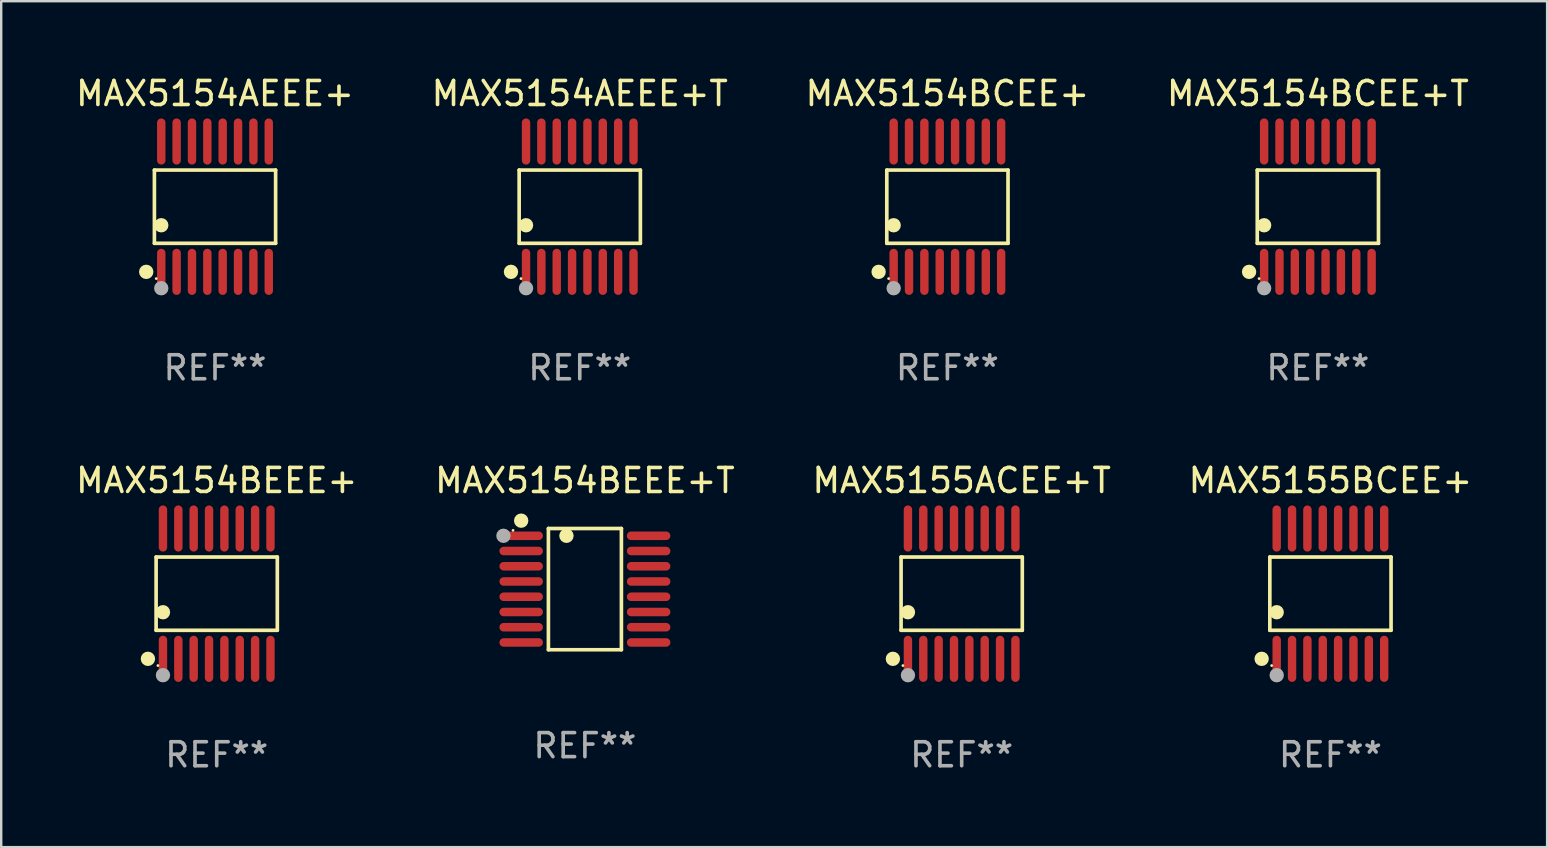
<source format=kicad_pcb>
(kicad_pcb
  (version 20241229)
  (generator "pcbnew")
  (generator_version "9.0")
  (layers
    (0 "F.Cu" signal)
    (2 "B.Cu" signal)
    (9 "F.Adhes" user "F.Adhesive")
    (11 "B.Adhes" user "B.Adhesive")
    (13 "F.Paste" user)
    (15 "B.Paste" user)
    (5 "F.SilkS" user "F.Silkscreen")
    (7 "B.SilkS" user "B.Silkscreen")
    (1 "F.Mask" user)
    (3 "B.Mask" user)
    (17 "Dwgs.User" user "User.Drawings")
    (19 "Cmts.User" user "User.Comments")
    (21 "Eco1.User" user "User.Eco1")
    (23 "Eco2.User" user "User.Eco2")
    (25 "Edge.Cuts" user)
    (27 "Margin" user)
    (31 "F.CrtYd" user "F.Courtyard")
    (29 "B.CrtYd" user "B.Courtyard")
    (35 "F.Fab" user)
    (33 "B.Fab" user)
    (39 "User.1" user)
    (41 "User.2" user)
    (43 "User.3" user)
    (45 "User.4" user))
  (footprint "MAX5154BCEE+"
    (layer "F.Cu")
    (at 36.435 5.564)
    (property "Reference" "MAX5154BCEE+" (at 0 -4.716 0) (layer "F.SilkS") (effects (font (size 1 1) (thickness 0.15))))
    (attr through_hole)
    (fp_line (start -2.526 -1.526) (end 2.526 -1.526) (stroke (width 0.152) (type solid)) (layer "F.SilkS"))
    (fp_line (start -2.526 1.526) (end -2.526 -1.526) (stroke (width 0.152) (type solid)) (layer "F.SilkS"))
    (fp_line (start 2.526 -1.526) (end 2.526 1.526) (stroke (width 0.152) (type solid)) (layer "F.SilkS"))
    (fp_line (start 2.526 1.526) (end -2.526 1.526) (stroke (width 0.152) (type solid)) (layer "F.SilkS"))
    (fp_circle (center -2.867 2.716) (end -2.717 2.716) (stroke (width 0.3) (type solid)) (fill no) (layer "F.SilkS"))
    (fp_circle (center -2.45 2.997) (end -2.42 2.997) (stroke (width 0.06) (type solid)) (fill no) (layer "F.SilkS"))
    (fp_circle (center -2.24 0.774) (end -2.09 0.774) (stroke (width 0.3) (type solid)) (fill no) (layer "F.SilkS"))
    (fp_circle (center -2.24 3.398) (end -2.09 3.398) (stroke (width 0.3) (type solid)) (fill no) (layer "F.Fab"))
    (fp_text user "REF**" (at 0 6.716 0) (layer "F.Fab") (effects (font (size 1 1) (thickness 0.15))))
    (pad "1" smd oval (at -2.24 2.716) (size 0.35 1.922) (layers "F.Cu" "F.Mask" "F.Paste"))
    (pad "2" smd oval (at -1.6 2.716) (size 0.35 1.922) (layers "F.Cu" "F.Mask" "F.Paste"))
    (pad "3" smd oval (at -0.96 2.716) (size 0.35 1.922) (layers "F.Cu" "F.Mask" "F.Paste"))
    (pad "4" smd oval (at -0.32 2.716) (size 0.35 1.922) (layers "F.Cu" "F.Mask" "F.Paste"))
    (pad "5" smd oval (at 0.32 2.716) (size 0.35 1.922) (layers "F.Cu" "F.Mask" "F.Paste"))
    (pad "6" smd oval (at 0.96 2.716) (size 0.35 1.922) (layers "F.Cu" "F.Mask" "F.Paste"))
    (pad "7" smd oval (at 1.6 2.716) (size 0.35 1.922) (layers "F.Cu" "F.Mask" "F.Paste"))
    (pad "8" smd oval (at 2.24 2.716) (size 0.35 1.922) (layers "F.Cu" "F.Mask" "F.Paste"))
    (pad "9" smd oval (at 2.24 -2.716) (size 0.35 1.922) (layers "F.Cu" "F.Mask" "F.Paste"))
    (pad "10" smd oval (at 1.6 -2.716) (size 0.35 1.922) (layers "F.Cu" "F.Mask" "F.Paste"))
    (pad "11" smd oval (at 0.96 -2.716) (size 0.35 1.922) (layers "F.Cu" "F.Mask" "F.Paste"))
    (pad "12" smd oval (at 0.32 -2.716) (size 0.35 1.922) (layers "F.Cu" "F.Mask" "F.Paste"))
    (pad "13" smd oval (at -0.32 -2.716) (size 0.35 1.922) (layers "F.Cu" "F.Mask" "F.Paste"))
    (pad "14" smd oval (at -0.96 -2.716) (size 0.35 1.922) (layers "F.Cu" "F.Mask" "F.Paste"))
    (pad "15" smd oval (at -1.6 -2.716) (size 0.35 1.922) (layers "F.Cu" "F.Mask" "F.Paste"))
    (pad "16" smd oval (at -2.24 -2.716) (size 0.35 1.922) (layers "F.Cu" "F.Mask" "F.Paste")))
  (footprint "MAX5154AEEE+T"
    (layer "F.Cu")
    (at 21.113 5.564)
    (property "Reference" "MAX5154AEEE+T" (at 0 -4.716 0) (layer "F.SilkS") (effects (font (size 1 1) (thickness 0.15))))
    (attr through_hole)
    (fp_line (start -2.526 -1.526) (end 2.526 -1.526) (stroke (width 0.152) (type solid)) (layer "F.SilkS"))
    (fp_line (start -2.526 1.526) (end -2.526 -1.526) (stroke (width 0.152) (type solid)) (layer "F.SilkS"))
    (fp_line (start 2.526 -1.526) (end 2.526 1.526) (stroke (width 0.152) (type solid)) (layer "F.SilkS"))
    (fp_line (start 2.526 1.526) (end -2.526 1.526) (stroke (width 0.152) (type solid)) (layer "F.SilkS"))
    (fp_circle (center -2.867 2.716) (end -2.717 2.716) (stroke (width 0.3) (type solid)) (fill no) (layer "F.SilkS"))
    (fp_circle (center -2.45 2.997) (end -2.42 2.997) (stroke (width 0.06) (type solid)) (fill no) (layer "F.SilkS"))
    (fp_circle (center -2.24 0.774) (end -2.09 0.774) (stroke (width 0.3) (type solid)) (fill no) (layer "F.SilkS"))
    (fp_circle (center -2.24 3.398) (end -2.09 3.398) (stroke (width 0.3) (type solid)) (fill no) (layer "F.Fab"))
    (fp_text user "REF**" (at 0 6.716 0) (layer "F.Fab") (effects (font (size 1 1) (thickness 0.15))))
    (pad "1" smd oval (at -2.24 2.716) (size 0.35 1.922) (layers "F.Cu" "F.Mask" "F.Paste"))
    (pad "2" smd oval (at -1.6 2.716) (size 0.35 1.922) (layers "F.Cu" "F.Mask" "F.Paste"))
    (pad "3" smd oval (at -0.96 2.716) (size 0.35 1.922) (layers "F.Cu" "F.Mask" "F.Paste"))
    (pad "4" smd oval (at -0.32 2.716) (size 0.35 1.922) (layers "F.Cu" "F.Mask" "F.Paste"))
    (pad "5" smd oval (at 0.32 2.716) (size 0.35 1.922) (layers "F.Cu" "F.Mask" "F.Paste"))
    (pad "6" smd oval (at 0.96 2.716) (size 0.35 1.922) (layers "F.Cu" "F.Mask" "F.Paste"))
    (pad "7" smd oval (at 1.6 2.716) (size 0.35 1.922) (layers "F.Cu" "F.Mask" "F.Paste"))
    (pad "8" smd oval (at 2.24 2.716) (size 0.35 1.922) (layers "F.Cu" "F.Mask" "F.Paste"))
    (pad "9" smd oval (at 2.24 -2.716) (size 0.35 1.922) (layers "F.Cu" "F.Mask" "F.Paste"))
    (pad "10" smd oval (at 1.6 -2.716) (size 0.35 1.922) (layers "F.Cu" "F.Mask" "F.Paste"))
    (pad "11" smd oval (at 0.96 -2.716) (size 0.35 1.922) (layers "F.Cu" "F.Mask" "F.Paste"))
    (pad "12" smd oval (at 0.32 -2.716) (size 0.35 1.922) (layers "F.Cu" "F.Mask" "F.Paste"))
    (pad "13" smd oval (at -0.32 -2.716) (size 0.35 1.922) (layers "F.Cu" "F.Mask" "F.Paste"))
    (pad "14" smd oval (at -0.96 -2.716) (size 0.35 1.922) (layers "F.Cu" "F.Mask" "F.Paste"))
    (pad "15" smd oval (at -1.6 -2.716) (size 0.35 1.922) (layers "F.Cu" "F.Mask" "F.Paste"))
    (pad "16" smd oval (at -2.24 -2.716) (size 0.35 1.922) (layers "F.Cu" "F.Mask" "F.Paste")))
  (footprint "MAX5154BEEE+T"
    (layer "F.Cu")
    (at 21.327 21.503)
    (property "Reference" "MAX5154BEEE+T" (at 0 -4.526 0) (layer "F.SilkS") (effects (font (size 1 1) (thickness 0.15))))
    (attr through_hole)
    (fp_line (start -1.521 -2.526) (end 1.521 -2.526) (stroke (width 0.152) (type solid)) (layer "F.SilkS"))
    (fp_line (start -1.521 2.526) (end -1.521 -2.526) (stroke (width 0.152) (type solid)) (layer "F.SilkS"))
    (fp_line (start 1.521 -2.526) (end 1.521 2.526) (stroke (width 0.152) (type solid)) (layer "F.SilkS"))
    (fp_line (start 1.521 2.526) (end -1.521 2.526) (stroke (width 0.152) (type solid)) (layer "F.SilkS"))
    (fp_circle (center -2.995 -2.45) (end -2.965 -2.45) (stroke (width 0.06) (type solid)) (fill no) (layer "F.SilkS"))
    (fp_circle (center -2.656 -2.853) (end -2.506 -2.853) (stroke (width 0.3) (type solid)) (fill no) (layer "F.SilkS"))
    (fp_circle (center -0.769 -2.223) (end -0.619 -2.223) (stroke (width 0.3) (type solid)) (fill no) (layer "F.SilkS"))
    (fp_circle (center -3.395 -2.223) (end -3.245 -2.223) (stroke (width 0.3) (type solid)) (fill no) (layer "F.Fab"))
    (fp_text user "REF**" (at 0 6.526 0) (layer "F.Fab") (effects (font (size 1 1) (thickness 0.15))))
    (pad "1" smd oval (at -2.656 -2.223 270) (size 0.356 1.813) (layers "F.Cu" "F.Mask" "F.Paste"))
    (pad "2" smd oval (at -2.656 -1.588 270) (size 0.356 1.813) (layers "F.Cu" "F.Mask" "F.Paste"))
    (pad "3" smd oval (at -2.656 -0.953 270) (size 0.356 1.813) (layers "F.Cu" "F.Mask" "F.Paste"))
    (pad "4" smd oval (at -2.656 -0.318 270) (size 0.356 1.813) (layers "F.Cu" "F.Mask" "F.Paste"))
    (pad "5" smd oval (at -2.656 0.318 270) (size 0.356 1.813) (layers "F.Cu" "F.Mask" "F.Paste"))
    (pad "6" smd oval (at -2.656 0.953 270) (size 0.356 1.813) (layers "F.Cu" "F.Mask" "F.Paste"))
    (pad "7" smd oval (at -2.656 1.588 270) (size 0.356 1.813) (layers "F.Cu" "F.Mask" "F.Paste"))
    (pad "8" smd oval (at -2.656 2.223 270) (size 0.356 1.813) (layers "F.Cu" "F.Mask" "F.Paste"))
    (pad "9" smd oval (at 2.656 2.223 270) (size 0.356 1.813) (layers "F.Cu" "F.Mask" "F.Paste"))
    (pad "10" smd oval (at 2.656 1.588 270) (size 0.356 1.813) (layers "F.Cu" "F.Mask" "F.Paste"))
    (pad "11" smd oval (at 2.656 0.953 270) (size 0.356 1.813) (layers "F.Cu" "F.Mask" "F.Paste"))
    (pad "12" smd oval (at 2.656 0.318 270) (size 0.356 1.813) (layers "F.Cu" "F.Mask" "F.Paste"))
    (pad "13" smd oval (at 2.656 -0.318 270) (size 0.356 1.813) (layers "F.Cu" "F.Mask" "F.Paste"))
    (pad "14" smd oval (at 2.656 -0.953 270) (size 0.356 1.813) (layers "F.Cu" "F.Mask" "F.Paste"))
    (pad "15" smd oval (at 2.656 -1.588 270) (size 0.356 1.813) (layers "F.Cu" "F.Mask" "F.Paste"))
    (pad "16" smd oval (at 2.656 -2.223 270) (size 0.356 1.813) (layers "F.Cu" "F.Mask" "F.Paste")))
  (footprint "MAX5154AEEE+"
    (layer "F.Cu")
    (at 5.911 5.564)
    (property "Reference" "MAX5154AEEE+" (at 0 -4.716 0) (layer "F.SilkS") (effects (font (size 1 1) (thickness 0.15))))
    (attr through_hole)
    (fp_line (start -2.526 -1.526) (end 2.526 -1.526) (stroke (width 0.152) (type solid)) (layer "F.SilkS"))
    (fp_line (start -2.526 1.526) (end -2.526 -1.526) (stroke (width 0.152) (type solid)) (layer "F.SilkS"))
    (fp_line (start 2.526 -1.526) (end 2.526 1.526) (stroke (width 0.152) (type solid)) (layer "F.SilkS"))
    (fp_line (start 2.526 1.526) (end -2.526 1.526) (stroke (width 0.152) (type solid)) (layer "F.SilkS"))
    (fp_circle (center -2.867 2.716) (end -2.717 2.716) (stroke (width 0.3) (type solid)) (fill no) (layer "F.SilkS"))
    (fp_circle (center -2.45 2.997) (end -2.42 2.997) (stroke (width 0.06) (type solid)) (fill no) (layer "F.SilkS"))
    (fp_circle (center -2.24 0.774) (end -2.09 0.774) (stroke (width 0.3) (type solid)) (fill no) (layer "F.SilkS"))
    (fp_circle (center -2.24 3.398) (end -2.09 3.398) (stroke (width 0.3) (type solid)) (fill no) (layer "F.Fab"))
    (fp_text user "REF**" (at 0 6.716 0) (layer "F.Fab") (effects (font (size 1 1) (thickness 0.15))))
    (pad "1" smd oval (at -2.24 2.716) (size 0.35 1.922) (layers "F.Cu" "F.Mask" "F.Paste"))
    (pad "2" smd oval (at -1.6 2.716) (size 0.35 1.922) (layers "F.Cu" "F.Mask" "F.Paste"))
    (pad "3" smd oval (at -0.96 2.716) (size 0.35 1.922) (layers "F.Cu" "F.Mask" "F.Paste"))
    (pad "4" smd oval (at -0.32 2.716) (size 0.35 1.922) (layers "F.Cu" "F.Mask" "F.Paste"))
    (pad "5" smd oval (at 0.32 2.716) (size 0.35 1.922) (layers "F.Cu" "F.Mask" "F.Paste"))
    (pad "6" smd oval (at 0.96 2.716) (size 0.35 1.922) (layers "F.Cu" "F.Mask" "F.Paste"))
    (pad "7" smd oval (at 1.6 2.716) (size 0.35 1.922) (layers "F.Cu" "F.Mask" "F.Paste"))
    (pad "8" smd oval (at 2.24 2.716) (size 0.35 1.922) (layers "F.Cu" "F.Mask" "F.Paste"))
    (pad "9" smd oval (at 2.24 -2.716) (size 0.35 1.922) (layers "F.Cu" "F.Mask" "F.Paste"))
    (pad "10" smd oval (at 1.6 -2.716) (size 0.35 1.922) (layers "F.Cu" "F.Mask" "F.Paste"))
    (pad "11" smd oval (at 0.96 -2.716) (size 0.35 1.922) (layers "F.Cu" "F.Mask" "F.Paste"))
    (pad "12" smd oval (at 0.32 -2.716) (size 0.35 1.922) (layers "F.Cu" "F.Mask" "F.Paste"))
    (pad "13" smd oval (at -0.32 -2.716) (size 0.35 1.922) (layers "F.Cu" "F.Mask" "F.Paste"))
    (pad "14" smd oval (at -0.96 -2.716) (size 0.35 1.922) (layers "F.Cu" "F.Mask" "F.Paste"))
    (pad "15" smd oval (at -1.6 -2.716) (size 0.35 1.922) (layers "F.Cu" "F.Mask" "F.Paste"))
    (pad "16" smd oval (at -2.24 -2.716) (size 0.35 1.922) (layers "F.Cu" "F.Mask" "F.Paste")))
  (footprint "MAX5154BCEE+T"
    (layer "F.Cu")
    (at 51.875 5.564)
    (property "Reference" "MAX5154BCEE+T" (at 0 -4.716 0) (layer "F.SilkS") (effects (font (size 1 1) (thickness 0.15))))
    (attr through_hole)
    (fp_line (start -2.526 -1.526) (end 2.526 -1.526) (stroke (width 0.152) (type solid)) (layer "F.SilkS"))
    (fp_line (start -2.526 1.526) (end -2.526 -1.526) (stroke (width 0.152) (type solid)) (layer "F.SilkS"))
    (fp_line (start 2.526 -1.526) (end 2.526 1.526) (stroke (width 0.152) (type solid)) (layer "F.SilkS"))
    (fp_line (start 2.526 1.526) (end -2.526 1.526) (stroke (width 0.152) (type solid)) (layer "F.SilkS"))
    (fp_circle (center -2.867 2.716) (end -2.717 2.716) (stroke (width 0.3) (type solid)) (fill no) (layer "F.SilkS"))
    (fp_circle (center -2.45 2.997) (end -2.42 2.997) (stroke (width 0.06) (type solid)) (fill no) (layer "F.SilkS"))
    (fp_circle (center -2.24 0.774) (end -2.09 0.774) (stroke (width 0.3) (type solid)) (fill no) (layer "F.SilkS"))
    (fp_circle (center -2.24 3.398) (end -2.09 3.398) (stroke (width 0.3) (type solid)) (fill no) (layer "F.Fab"))
    (fp_text user "REF**" (at 0 6.716 0) (layer "F.Fab") (effects (font (size 1 1) (thickness 0.15))))
    (pad "1" smd oval (at -2.24 2.716) (size 0.35 1.922) (layers "F.Cu" "F.Mask" "F.Paste"))
    (pad "2" smd oval (at -1.6 2.716) (size 0.35 1.922) (layers "F.Cu" "F.Mask" "F.Paste"))
    (pad "3" smd oval (at -0.96 2.716) (size 0.35 1.922) (layers "F.Cu" "F.Mask" "F.Paste"))
    (pad "4" smd oval (at -0.32 2.716) (size 0.35 1.922) (layers "F.Cu" "F.Mask" "F.Paste"))
    (pad "5" smd oval (at 0.32 2.716) (size 0.35 1.922) (layers "F.Cu" "F.Mask" "F.Paste"))
    (pad "6" smd oval (at 0.96 2.716) (size 0.35 1.922) (layers "F.Cu" "F.Mask" "F.Paste"))
    (pad "7" smd oval (at 1.6 2.716) (size 0.35 1.922) (layers "F.Cu" "F.Mask" "F.Paste"))
    (pad "8" smd oval (at 2.24 2.716) (size 0.35 1.922) (layers "F.Cu" "F.Mask" "F.Paste"))
    (pad "9" smd oval (at 2.24 -2.716) (size 0.35 1.922) (layers "F.Cu" "F.Mask" "F.Paste"))
    (pad "10" smd oval (at 1.6 -2.716) (size 0.35 1.922) (layers "F.Cu" "F.Mask" "F.Paste"))
    (pad "11" smd oval (at 0.96 -2.716) (size 0.35 1.922) (layers "F.Cu" "F.Mask" "F.Paste"))
    (pad "12" smd oval (at 0.32 -2.716) (size 0.35 1.922) (layers "F.Cu" "F.Mask" "F.Paste"))
    (pad "13" smd oval (at -0.32 -2.716) (size 0.35 1.922) (layers "F.Cu" "F.Mask" "F.Paste"))
    (pad "14" smd oval (at -0.96 -2.716) (size 0.35 1.922) (layers "F.Cu" "F.Mask" "F.Paste"))
    (pad "15" smd oval (at -1.6 -2.716) (size 0.35 1.922) (layers "F.Cu" "F.Mask" "F.Paste"))
    (pad "16" smd oval (at -2.24 -2.716) (size 0.35 1.922) (layers "F.Cu" "F.Mask" "F.Paste")))
  (footprint "MAX5155ACEE+T"
    (layer "F.Cu")
    (at 37.03 21.692)
    (property "Reference" "MAX5155ACEE+T" (at 0 -4.716 0) (layer "F.SilkS") (effects (font (size 1 1) (thickness 0.15))))
    (attr through_hole)
    (fp_line (start -2.526 -1.526) (end 2.526 -1.526) (stroke (width 0.152) (type solid)) (layer "F.SilkS"))
    (fp_line (start -2.526 1.526) (end -2.526 -1.526) (stroke (width 0.152) (type solid)) (layer "F.SilkS"))
    (fp_line (start 2.526 -1.526) (end 2.526 1.526) (stroke (width 0.152) (type solid)) (layer "F.SilkS"))
    (fp_line (start 2.526 1.526) (end -2.526 1.526) (stroke (width 0.152) (type solid)) (layer "F.SilkS"))
    (fp_circle (center -2.867 2.716) (end -2.717 2.716) (stroke (width 0.3) (type solid)) (fill no) (layer "F.SilkS"))
    (fp_circle (center -2.45 2.997) (end -2.42 2.997) (stroke (width 0.06) (type solid)) (fill no) (layer "F.SilkS"))
    (fp_circle (center -2.24 0.774) (end -2.09 0.774) (stroke (width 0.3) (type solid)) (fill no) (layer "F.SilkS"))
    (fp_circle (center -2.24 3.398) (end -2.09 3.398) (stroke (width 0.3) (type solid)) (fill no) (layer "F.Fab"))
    (fp_text user "REF**" (at 0 6.716 0) (layer "F.Fab") (effects (font (size 1 1) (thickness 0.15))))
    (pad "1" smd oval (at -2.24 2.716) (size 0.35 1.922) (layers "F.Cu" "F.Mask" "F.Paste"))
    (pad "2" smd oval (at -1.6 2.716) (size 0.35 1.922) (layers "F.Cu" "F.Mask" "F.Paste"))
    (pad "3" smd oval (at -0.96 2.716) (size 0.35 1.922) (layers "F.Cu" "F.Mask" "F.Paste"))
    (pad "4" smd oval (at -0.32 2.716) (size 0.35 1.922) (layers "F.Cu" "F.Mask" "F.Paste"))
    (pad "5" smd oval (at 0.32 2.716) (size 0.35 1.922) (layers "F.Cu" "F.Mask" "F.Paste"))
    (pad "6" smd oval (at 0.96 2.716) (size 0.35 1.922) (layers "F.Cu" "F.Mask" "F.Paste"))
    (pad "7" smd oval (at 1.6 2.716) (size 0.35 1.922) (layers "F.Cu" "F.Mask" "F.Paste"))
    (pad "8" smd oval (at 2.24 2.716) (size 0.35 1.922) (layers "F.Cu" "F.Mask" "F.Paste"))
    (pad "9" smd oval (at 2.24 -2.716) (size 0.35 1.922) (layers "F.Cu" "F.Mask" "F.Paste"))
    (pad "10" smd oval (at 1.6 -2.716) (size 0.35 1.922) (layers "F.Cu" "F.Mask" "F.Paste"))
    (pad "11" smd oval (at 0.96 -2.716) (size 0.35 1.922) (layers "F.Cu" "F.Mask" "F.Paste"))
    (pad "12" smd oval (at 0.32 -2.716) (size 0.35 1.922) (layers "F.Cu" "F.Mask" "F.Paste"))
    (pad "13" smd oval (at -0.32 -2.716) (size 0.35 1.922) (layers "F.Cu" "F.Mask" "F.Paste"))
    (pad "14" smd oval (at -0.96 -2.716) (size 0.35 1.922) (layers "F.Cu" "F.Mask" "F.Paste"))
    (pad "15" smd oval (at -1.6 -2.716) (size 0.35 1.922) (layers "F.Cu" "F.Mask" "F.Paste"))
    (pad "16" smd oval (at -2.24 -2.716) (size 0.35 1.922) (layers "F.Cu" "F.Mask" "F.Paste")))
  (footprint "MAX5154BEEE+"
    (layer "F.Cu")
    (at 5.982 21.692)
    (property "Reference" "MAX5154BEEE+" (at 0 -4.716 0) (layer "F.SilkS") (effects (font (size 1 1) (thickness 0.15))))
    (attr through_hole)
    (fp_line (start -2.526 -1.526) (end 2.526 -1.526) (stroke (width 0.152) (type solid)) (layer "F.SilkS"))
    (fp_line (start -2.526 1.526) (end -2.526 -1.526) (stroke (width 0.152) (type solid)) (layer "F.SilkS"))
    (fp_line (start 2.526 -1.526) (end 2.526 1.526) (stroke (width 0.152) (type solid)) (layer "F.SilkS"))
    (fp_line (start 2.526 1.526) (end -2.526 1.526) (stroke (width 0.152) (type solid)) (layer "F.SilkS"))
    (fp_circle (center -2.867 2.716) (end -2.717 2.716) (stroke (width 0.3) (type solid)) (fill no) (layer "F.SilkS"))
    (fp_circle (center -2.45 2.997) (end -2.42 2.997) (stroke (width 0.06) (type solid)) (fill no) (layer "F.SilkS"))
    (fp_circle (center -2.24 0.774) (end -2.09 0.774) (stroke (width 0.3) (type solid)) (fill no) (layer "F.SilkS"))
    (fp_circle (center -2.24 3.398) (end -2.09 3.398) (stroke (width 0.3) (type solid)) (fill no) (layer "F.Fab"))
    (fp_text user "REF**" (at 0 6.716 0) (layer "F.Fab") (effects (font (size 1 1) (thickness 0.15))))
    (pad "1" smd oval (at -2.24 2.716) (size 0.35 1.922) (layers "F.Cu" "F.Mask" "F.Paste"))
    (pad "2" smd oval (at -1.6 2.716) (size 0.35 1.922) (layers "F.Cu" "F.Mask" "F.Paste"))
    (pad "3" smd oval (at -0.96 2.716) (size 0.35 1.922) (layers "F.Cu" "F.Mask" "F.Paste"))
    (pad "4" smd oval (at -0.32 2.716) (size 0.35 1.922) (layers "F.Cu" "F.Mask" "F.Paste"))
    (pad "5" smd oval (at 0.32 2.716) (size 0.35 1.922) (layers "F.Cu" "F.Mask" "F.Paste"))
    (pad "6" smd oval (at 0.96 2.716) (size 0.35 1.922) (layers "F.Cu" "F.Mask" "F.Paste"))
    (pad "7" smd oval (at 1.6 2.716) (size 0.35 1.922) (layers "F.Cu" "F.Mask" "F.Paste"))
    (pad "8" smd oval (at 2.24 2.716) (size 0.35 1.922) (layers "F.Cu" "F.Mask" "F.Paste"))
    (pad "9" smd oval (at 2.24 -2.716) (size 0.35 1.922) (layers "F.Cu" "F.Mask" "F.Paste"))
    (pad "10" smd oval (at 1.6 -2.716) (size 0.35 1.922) (layers "F.Cu" "F.Mask" "F.Paste"))
    (pad "11" smd oval (at 0.96 -2.716) (size 0.35 1.922) (layers "F.Cu" "F.Mask" "F.Paste"))
    (pad "12" smd oval (at 0.32 -2.716) (size 0.35 1.922) (layers "F.Cu" "F.Mask" "F.Paste"))
    (pad "13" smd oval (at -0.32 -2.716) (size 0.35 1.922) (layers "F.Cu" "F.Mask" "F.Paste"))
    (pad "14" smd oval (at -0.96 -2.716) (size 0.35 1.922) (layers "F.Cu" "F.Mask" "F.Paste"))
    (pad "15" smd oval (at -1.6 -2.716) (size 0.35 1.922) (layers "F.Cu" "F.Mask" "F.Paste"))
    (pad "16" smd oval (at -2.24 -2.716) (size 0.35 1.922) (layers "F.Cu" "F.Mask" "F.Paste")))
  (footprint "MAX5155BCEE+"
    (layer "F.Cu")
    (at 52.399 21.692)
    (property "Reference" "MAX5155BCEE+" (at 0 -4.716 0) (layer "F.SilkS") (effects (font (size 1 1) (thickness 0.15))))
    (attr through_hole)
    (fp_line (start -2.526 -1.526) (end 2.526 -1.526) (stroke (width 0.152) (type solid)) (layer "F.SilkS"))
    (fp_line (start -2.526 1.526) (end -2.526 -1.526) (stroke (width 0.152) (type solid)) (layer "F.SilkS"))
    (fp_line (start 2.526 -1.526) (end 2.526 1.526) (stroke (width 0.152) (type solid)) (layer "F.SilkS"))
    (fp_line (start 2.526 1.526) (end -2.526 1.526) (stroke (width 0.152) (type solid)) (layer "F.SilkS"))
    (fp_circle (center -2.867 2.716) (end -2.717 2.716) (stroke (width 0.3) (type solid)) (fill no) (layer "F.SilkS"))
    (fp_circle (center -2.45 2.997) (end -2.42 2.997) (stroke (width 0.06) (type solid)) (fill no) (layer "F.SilkS"))
    (fp_circle (center -2.24 0.774) (end -2.09 0.774) (stroke (width 0.3) (type solid)) (fill no) (layer "F.SilkS"))
    (fp_circle (center -2.24 3.398) (end -2.09 3.398) (stroke (width 0.3) (type solid)) (fill no) (layer "F.Fab"))
    (fp_text user "REF**" (at 0 6.716 0) (layer "F.Fab") (effects (font (size 1 1) (thickness 0.15))))
    (pad "1" smd oval (at -2.24 2.716) (size 0.35 1.922) (layers "F.Cu" "F.Mask" "F.Paste"))
    (pad "2" smd oval (at -1.6 2.716) (size 0.35 1.922) (layers "F.Cu" "F.Mask" "F.Paste"))
    (pad "3" smd oval (at -0.96 2.716) (size 0.35 1.922) (layers "F.Cu" "F.Mask" "F.Paste"))
    (pad "4" smd oval (at -0.32 2.716) (size 0.35 1.922) (layers "F.Cu" "F.Mask" "F.Paste"))
    (pad "5" smd oval (at 0.32 2.716) (size 0.35 1.922) (layers "F.Cu" "F.Mask" "F.Paste"))
    (pad "6" smd oval (at 0.96 2.716) (size 0.35 1.922) (layers "F.Cu" "F.Mask" "F.Paste"))
    (pad "7" smd oval (at 1.6 2.716) (size 0.35 1.922) (layers "F.Cu" "F.Mask" "F.Paste"))
    (pad "8" smd oval (at 2.24 2.716) (size 0.35 1.922) (layers "F.Cu" "F.Mask" "F.Paste"))
    (pad "9" smd oval (at 2.24 -2.716) (size 0.35 1.922) (layers "F.Cu" "F.Mask" "F.Paste"))
    (pad "10" smd oval (at 1.6 -2.716) (size 0.35 1.922) (layers "F.Cu" "F.Mask" "F.Paste"))
    (pad "11" smd oval (at 0.96 -2.716) (size 0.35 1.922) (layers "F.Cu" "F.Mask" "F.Paste"))
    (pad "12" smd oval (at 0.32 -2.716) (size 0.35 1.922) (layers "F.Cu" "F.Mask" "F.Paste"))
    (pad "13" smd oval (at -0.32 -2.716) (size 0.35 1.922) (layers "F.Cu" "F.Mask" "F.Paste"))
    (pad "14" smd oval (at -0.96 -2.716) (size 0.35 1.922) (layers "F.Cu" "F.Mask" "F.Paste"))
    (pad "15" smd oval (at -1.6 -2.716) (size 0.35 1.922) (layers "F.Cu" "F.Mask" "F.Paste"))
    (pad "16" smd oval (at -2.24 -2.716) (size 0.35 1.922) (layers "F.Cu" "F.Mask" "F.Paste")))
  (gr_rect
    (start -3 -3)
    (end 61.429 32.256)
    (stroke (width 0.1) (type default))
    (fill no)
    (layer "Edge.Cuts")))
</source>
